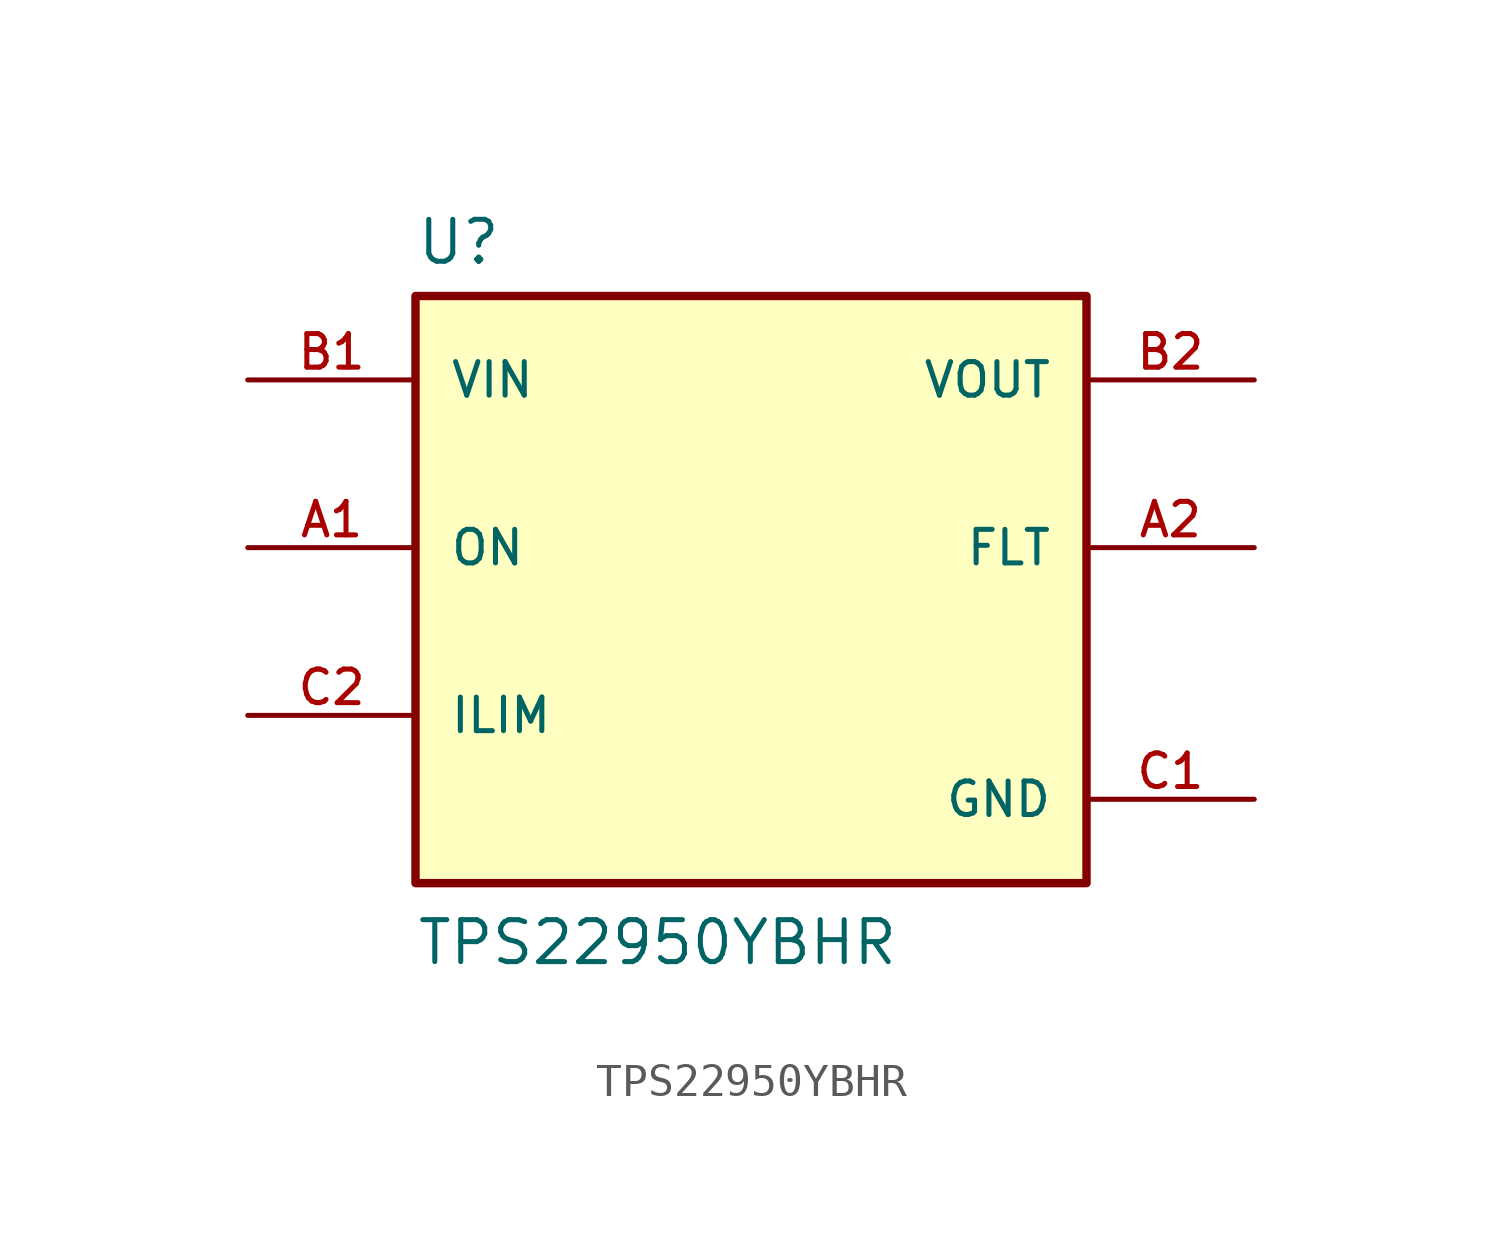
<source format=kicad_sym>
(kicad_symbol_lib
  (version 20211014)
  (generator kicad_symbol_editor)
  (symbol "TPS22950YBHR"
    (pin_names
      (offset 1.016))
    (property "Reference" "U"
      (at -10.16 11.049 0)
      (effects (font (size 1.27 1.27)) (justify bottom left)))
    (property "Value" "TPS22950YBHR"
      (at -10.16 -10.16 0)
      (effects (font (size 1.27 1.27)) (justify bottom left)))
    (symbol "TPS22950YBHR_0_0"
      (rectangle (start -10.16 -7.62) (end 10.16 10.16) (stroke (width 0.254)) (fill (type background)))
      (pin input line (at -15.24 7.62 0) (length 5.08) (name "VIN" (effects (font (size 1.016 1.016)))) (number "B1" (effects (font (size 1.016 1.016)))))
      (pin output line (at 15.24 7.62 180.0) (length 5.08) (name "VOUT" (effects (font (size 1.016 1.016)))) (number "B2" (effects (font (size 1.016 1.016)))))
      (pin input line (at -15.24 2.54 0) (length 5.08) (name "ON" (effects (font (size 1.016 1.016)))) (number "A1" (effects (font (size 1.016 1.016)))))
      (pin passive line (at -15.24 -2.54 0) (length 5.08) (name "ILIM" (effects (font (size 1.016 1.016)))) (number "C2" (effects (font (size 1.016 1.016)))))
      (pin output line (at 15.24 2.54 180.0) (length 5.08) (name "FLT" (effects (font (size 1.016 1.016)))) (number "A2" (effects (font (size 1.016 1.016)))))
      (pin power_in line (at 15.24 -5.08 180.0) (length 5.08) (name "GND" (effects (font (size 1.016 1.016)))) (number "C1" (effects (font (size 1.016 1.016))))))))
</source>
